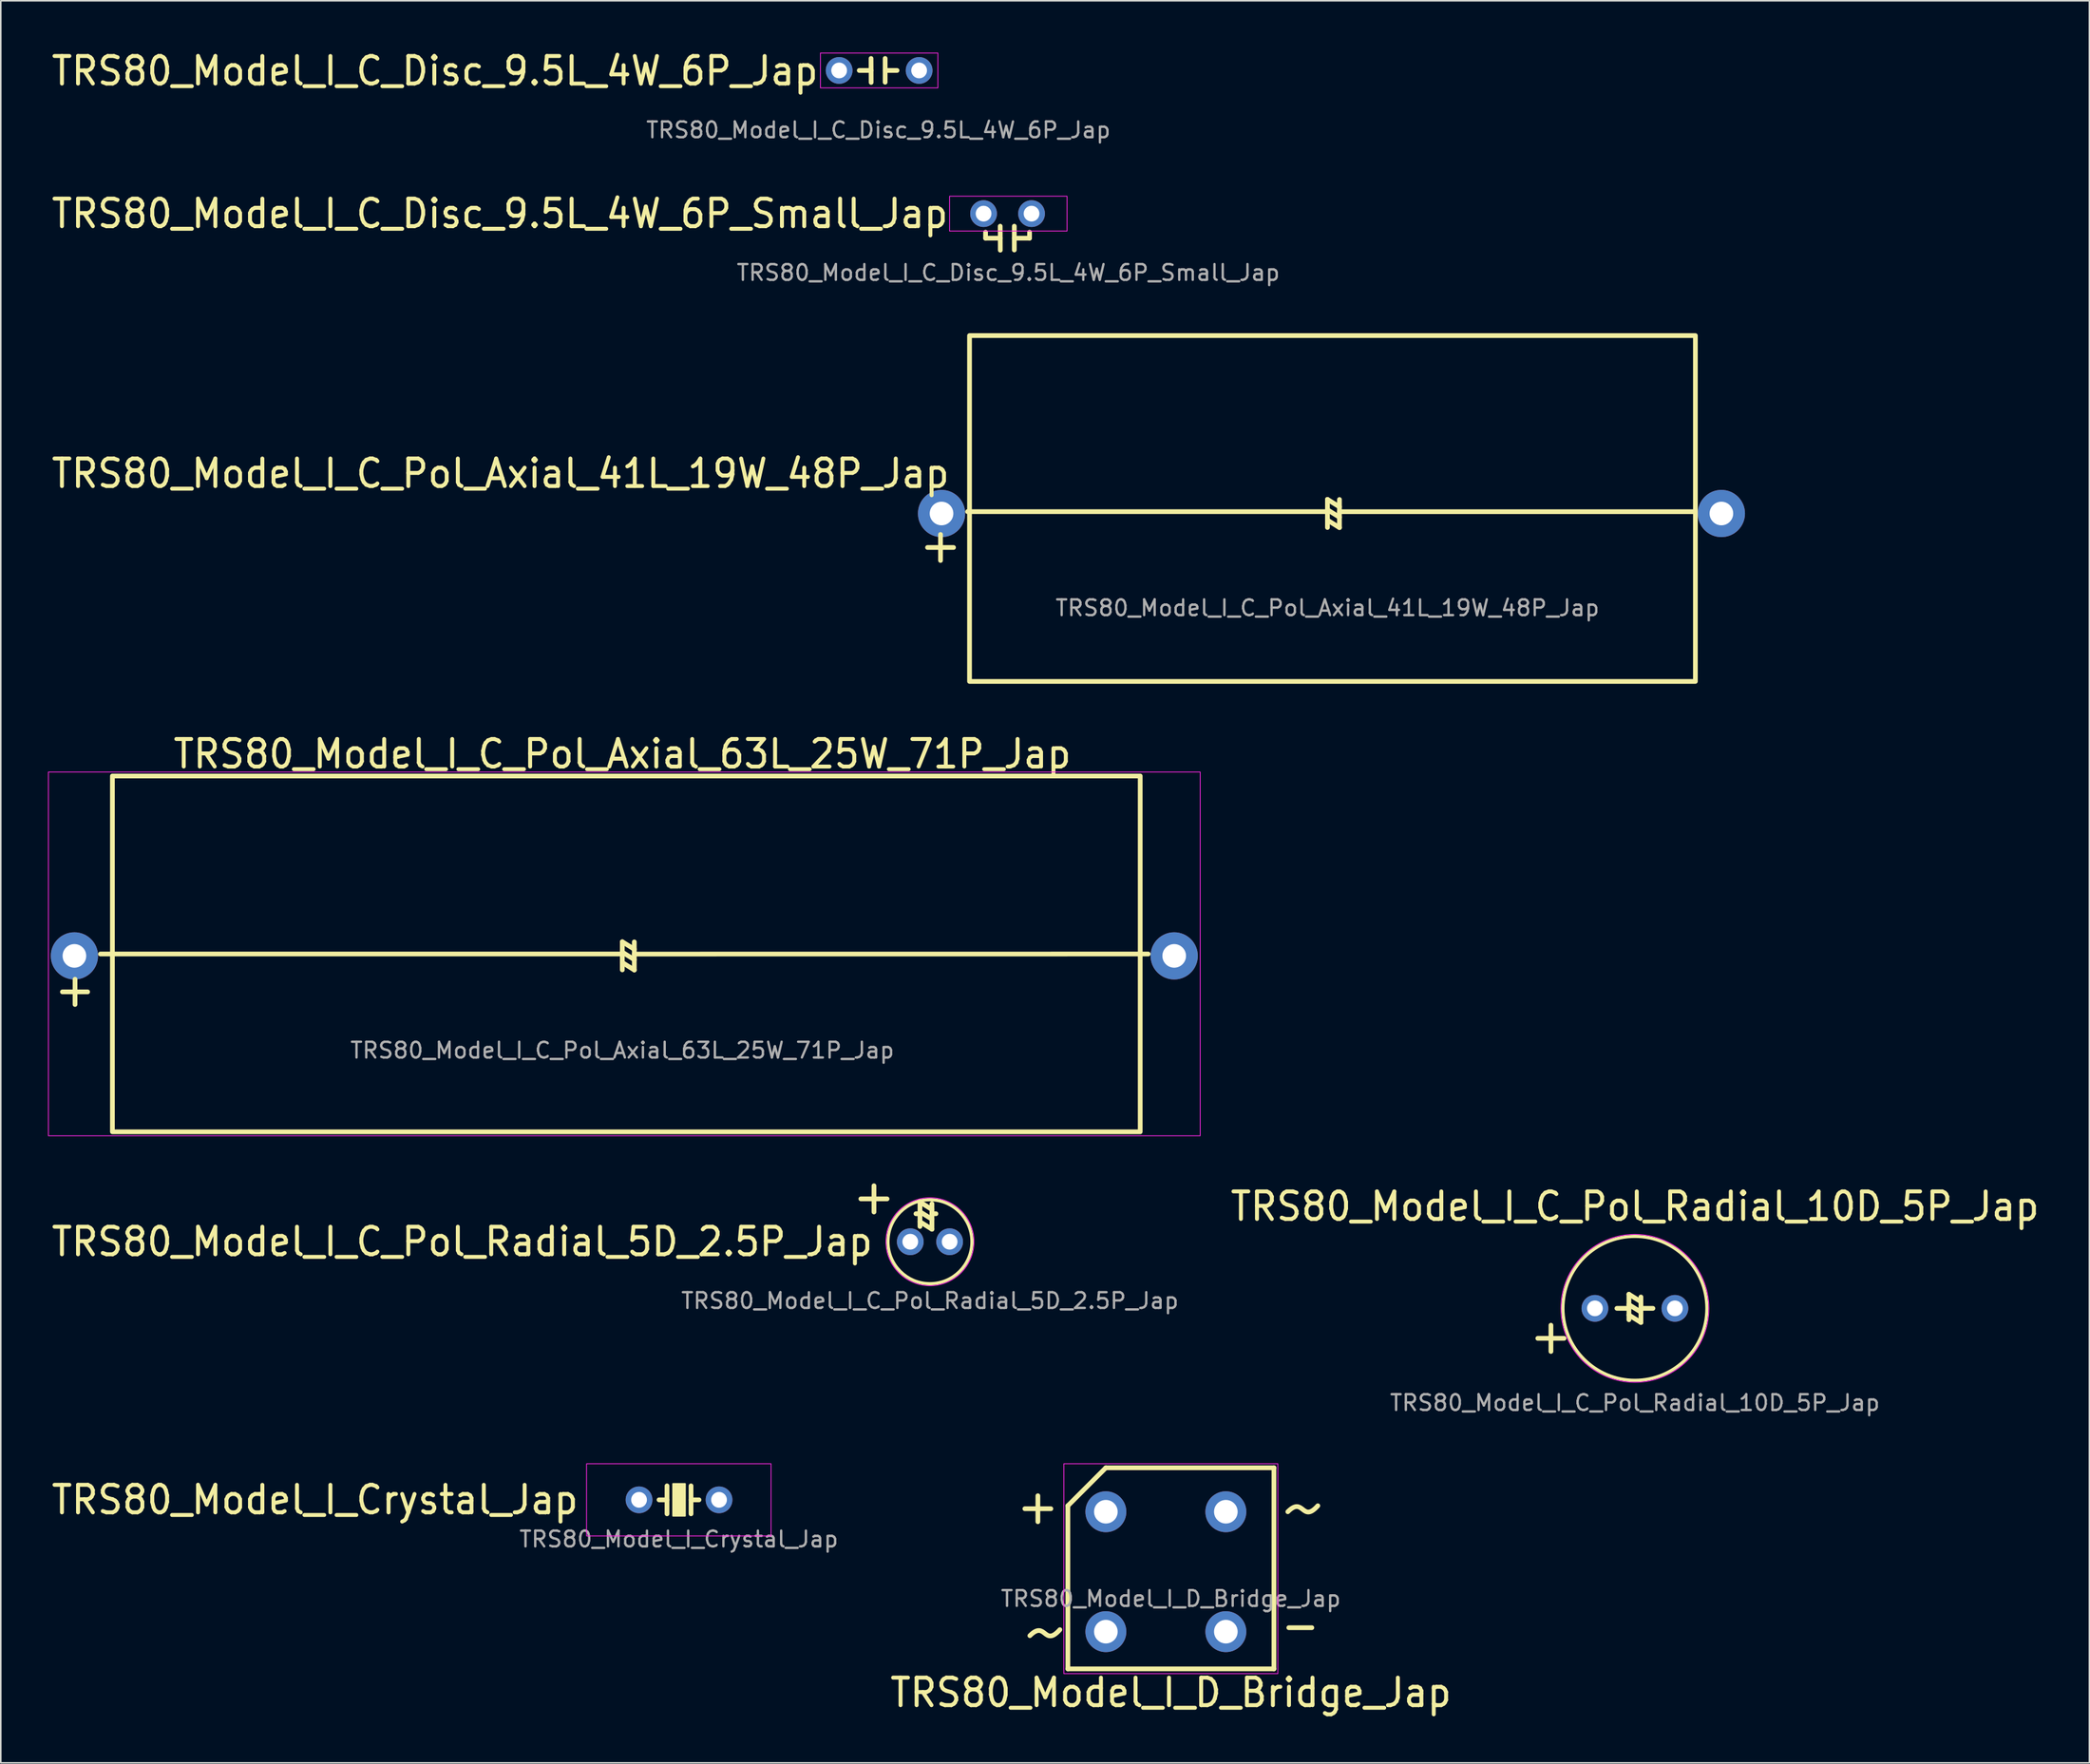
<source format=kicad_pcb>
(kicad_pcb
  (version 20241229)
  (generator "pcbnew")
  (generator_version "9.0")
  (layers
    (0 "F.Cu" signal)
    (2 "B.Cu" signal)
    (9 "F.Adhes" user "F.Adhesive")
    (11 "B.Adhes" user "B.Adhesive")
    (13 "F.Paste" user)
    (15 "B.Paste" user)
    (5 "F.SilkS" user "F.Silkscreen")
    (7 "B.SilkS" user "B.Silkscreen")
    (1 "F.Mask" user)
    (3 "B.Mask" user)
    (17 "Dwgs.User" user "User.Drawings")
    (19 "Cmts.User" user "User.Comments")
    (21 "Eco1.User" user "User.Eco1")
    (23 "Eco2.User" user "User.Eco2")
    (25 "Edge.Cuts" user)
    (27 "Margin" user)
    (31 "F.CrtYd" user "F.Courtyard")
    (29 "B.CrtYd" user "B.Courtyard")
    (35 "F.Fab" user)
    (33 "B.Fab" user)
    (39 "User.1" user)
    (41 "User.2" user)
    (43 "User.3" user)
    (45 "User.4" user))
  (footprint "TRS80_Model_I_C_Disc_9.5L_4W_6P_Jap"
    (layer "F.Cu")
    (at 52.739 1.462)
    (property "Reference" "TRS80_Model_I_C_Disc_9.5L_4W_6P_Jap" (at -3.683 0 0) (unlocked yes) (layer "F.SilkS") (effects (font (size 1.75 1.65) (thickness 0.25)) (justify right)))
    (attr through_hole)
    (fp_line (start -1.217 -0.036) (end -0.467 -0.036) (stroke (width 0.3) (type solid)) (layer "F.SilkS"))
    (fp_line (start -0.467 -0.798) (end -0.461 0.726) (stroke (width 0.3) (type solid)) (layer "F.SilkS"))
    (fp_line (start 0.428 -0.798) (end 0.428 0.714) (stroke (width 0.3) (type solid)) (layer "F.SilkS"))
    (fp_line (start 1.184 -0.036) (end 0.434 -0.036) (stroke (width 0.3) (type solid)) (layer "F.SilkS"))
    (fp_rect (start -3.683 -1.143) (end 3.777 1.071) (stroke (width 0.05) (type default)) (fill no) (layer "F.CrtYd"))
    (fp_text user "${REFERENCE}" (at 0 3.75 0) (unlocked yes) (layer "F.Fab") (effects (font (size 1 1) (thickness 0.15))))
    (pad "1" thru_hole circle (at -2.493 -0.036) (size 1.7 1.7) (drill 1) (layers "*.Cu" "*.Mask"))
    (pad "2" thru_hole circle (at 2.587 -0.036) (size 1.7 1.7) (drill 1) (layers "*.Cu" "*.Mask")))
  (footprint "TRS80_Model_I_Crystal_Jap"
    (layer "F.Cu")
    (at 40.063 92.242)
    (property "Reference" "TRS80_Model_I_Crystal_Jap" (at -6.25 0 0) (unlocked yes) (layer "F.SilkS") (effects (font (size 1.75 1.65) (thickness 0.25)) (justify right)))
    (attr through_hole)
    (fp_line (start -1.256 0) (end -0.749 0) (stroke (width 0.3) (type solid)) (layer "F.SilkS"))
    (fp_line (start -0.749 -0.889) (end -0.749 0.889) (stroke (width 0.3) (type solid)) (layer "F.SilkS"))
    (fp_line (start 0.775 -0.889) (end 0.775 0.889) (stroke (width 0.3) (type solid)) (layer "F.SilkS"))
    (fp_line (start 1.284 0) (end 0.775 0) (stroke (width 0.3) (type solid)) (layer "F.SilkS"))
    (fp_rect (start -0.367 -1.016) (end 0.395 1.016) (stroke (width 0.1) (type solid)) (fill yes) (layer "F.SilkS"))
    (fp_rect (start -5.859 -2.292) (end 5.859 2.292) (stroke (width 0.05) (type default)) (fill no) (layer "F.CrtYd"))
    (fp_text user "${REFERENCE}" (at 0 2.5 0) (unlocked yes) (layer "F.Fab") (effects (font (size 1 1) (thickness 0.15))))
    (pad "1" thru_hole circle (at -2.526 0) (size 1.7 1.7) (drill 1) (layers "*.Cu" "*.Mask"))
    (pad "2" thru_hole circle (at 2.554 0) (size 1.7 1.7) (drill 1) (layers "*.Cu" "*.Mask")))
  (footprint "TRS80_Model_I_D_Bridge_Jap"
    (layer "F.Cu")
    (at 71.313 96.617)
    (property "Reference" "TRS80_Model_I_D_Bridge_Jap" (at 0 7.874 0) (unlocked yes) (layer "F.SilkS") (effects (font (size 1.75 1.65) (thickness 0.25))))
    (attr through_hole)
    (fp_line (start -9.271 -3.81) (end -7.62 -3.81) (stroke (width 0.3) (type solid)) (layer "F.SilkS"))
    (fp_line (start -8.445 -4.636) (end -8.445 -2.985) (stroke (width 0.3) (type solid)) (layer "F.SilkS"))
    (fp_line (start -6.54 -4) (end -4.128 -6.413) (stroke (width 0.3) (type solid)) (layer "F.SilkS"))
    (fp_line (start -6.54 6.365) (end -6.54 -4) (stroke (width 0.3) (type solid)) (layer "F.SilkS"))
    (fp_line (start -4.128 -6.413) (end 6.548 -6.413) (stroke (width 0.3) (type solid)) (layer "F.SilkS"))
    (fp_line (start 6.548 -6.413) (end 6.548 6.365) (stroke (width 0.3) (type solid)) (layer "F.SilkS"))
    (fp_line (start 6.548 6.365) (end -6.54 6.365) (stroke (width 0.3) (type solid)) (layer "F.SilkS"))
    (fp_line (start 7.493 3.747) (end 8.954 3.747) (stroke (width 0.3) (type solid)) (layer "F.SilkS"))
    (fp_curve (pts (xy -8.954 4.255) (xy -7.938 3.239) (xy -8.065 5.016) (xy -7.048 3.873)) (stroke (width 0.3) (type solid)) (layer "F.SilkS"))
    (fp_curve (pts (xy 7.429 -3.619) (xy 8.445 -4.636) (xy 8.319 -2.857) (xy 9.335 -4)) (stroke (width 0.3) (type solid)) (layer "F.SilkS"))
    (fp_rect (start 6.795 -6.668) (end -6.795 6.668) (stroke (width 0.05) (type default)) (fill no) (layer "F.CrtYd"))
    (fp_text user "${REFERENCE}" (at 0 1.905 0) (unlocked yes) (layer "F.Fab") (effects (font (size 1 1) (thickness 0.15))))
    (pad "1" thru_hole circle (at -4.128 -3.619) (size 2.6 2.6) (drill 1.5) (layers "*.Cu" "*.Mask"))
    (pad "2" thru_hole circle (at 3.493 -3.619) (size 2.6 2.6) (drill 1.5) (layers "*.Cu" "*.Mask"))
    (pad "3" thru_hole circle (at -4.128 4) (size 2.6 2.6) (drill 1.5) (layers "*.Cu" "*.Mask"))
    (pad "4" thru_hole circle (at 3.493 4) (size 2.6 2.6) (drill 1.5) (layers "*.Cu" "*.Mask")))
  (footprint "TRS80_Model_I_C_Disc_9.5L_4W_6P_Small_Jap"
    (layer "F.Cu")
    (at 60.989 10.523)
    (property "Reference" "TRS80_Model_I_C_Disc_9.5L_4W_6P_Small_Jap" (at -3.683 0 0) (unlocked yes) (layer "F.SilkS") (effects (font (size 1.75 1.65) (thickness 0.25)) (justify right)))
    (attr through_hole)
    (fp_line (start -1.444 1.179) (end -1.444 1.56) (stroke (width 0.3) (type solid)) (layer "F.SilkS"))
    (fp_line (start -1.444 1.56) (end -0.514 1.56) (stroke (width 0.3) (type solid)) (layer "F.SilkS"))
    (fp_line (start -0.514 0.798) (end -0.508 2.322) (stroke (width 0.3) (type solid)) (layer "F.SilkS"))
    (fp_line (start 0.381 0.798) (end 0.381 2.31) (stroke (width 0.3) (type solid)) (layer "F.SilkS"))
    (fp_line (start 1.35 1.179) (end 1.35 1.56) (stroke (width 0.3) (type solid)) (layer "F.SilkS"))
    (fp_line (start 1.35 1.56) (end 0.387 1.56) (stroke (width 0.3) (type solid)) (layer "F.SilkS"))
    (fp_rect (start -3.73 -1.107) (end 3.73 1.107) (stroke (width 0.05) (type default)) (fill no) (layer "F.CrtYd"))
    (fp_text user "${REFERENCE}" (at 0 3.75 0) (unlocked yes) (layer "F.Fab") (effects (font (size 1 1) (thickness 0.15))))
    (pad "1" thru_hole circle (at -1.571 0) (size 1.7 1.7) (drill 1) (layers "*.Cu" "*.Mask"))
    (pad "2" thru_hole circle (at 1.477 0) (size 1.7 1.7) (drill 1) (layers "*.Cu" "*.Mask")))
  (footprint "TRS80_Model_I_C_Pol_Axial_63L_25W_71P_Jap"
    (layer "F.Cu")
    (at 36.474 57.682)
    (property "Reference" "TRS80_Model_I_C_Pol_Axial_63L_25W_71P_Jap" (at 0 -12.827 0) (unlocked yes) (layer "F.SilkS") (effects (font (size 1.75 1.65) (thickness 0.25))))
    (attr through_hole)
    (fp_line (start -35.56 2.286) (end -33.958 2.286) (stroke (width 0.3) (type solid)) (layer "F.SilkS"))
    (fp_line (start -34.759 3.087) (end -34.759 1.485) (stroke (width 0.3) (type solid)) (layer "F.SilkS"))
    (fp_line (start -33.147 -0.119) (end 0 -0.119) (stroke (width 0.3) (type solid)) (layer "F.SilkS"))
    (fp_line (start 0 -0.897) (end 0 0.889) (stroke (width 0.3) (type solid)) (layer "F.SilkS"))
    (fp_line (start 0 -0.897) (end 0.762 -0.421) (stroke (width 0.3) (type solid)) (layer "F.SilkS"))
    (fp_line (start 0 -0.238) (end 0.762 0.238) (stroke (width 0.3) (type solid)) (layer "F.SilkS"))
    (fp_line (start 0 0.421) (end 0.762 0.897) (stroke (width 0.3) (type solid)) (layer "F.SilkS"))
    (fp_line (start 0.762 -0.889) (end 0.762 0.897) (stroke (width 0.3) (type solid)) (layer "F.SilkS"))
    (fp_line (start 0.762 -0.115) (end 33.401 -0.119) (stroke (width 0.3) (type solid)) (layer "F.SilkS"))
    (fp_rect (start -32.385 -11.43) (end 32.893 11.176) (stroke (width 0.3) (type solid)) (fill no) (layer "F.SilkS"))
    (fp_rect (start -36.449 -11.684) (end 36.703 11.43) (stroke (width 0.05) (type default)) (fill no) (layer "F.CrtYd"))
    (fp_text user "${REFERENCE}" (at 0 6 0) (unlocked yes) (layer "F.Fab") (effects (font (size 1 1) (thickness 0.15))))
    (pad "1" thru_hole circle (at -34.798 0) (size 3 3) (drill 1.5) (layers "*.Cu" "*.Mask"))
    (pad "2" thru_hole circle (at 35.052 0) (size 3 3) (drill 1.5) (layers "*.Cu" "*.Mask")))
  (footprint "TRS80_Model_I_C_Pol_Radial_10D_5P_Jap"
    (layer "F.Cu")
    (at 100.787 80.076)
    (property "Reference" "TRS80_Model_I_C_Pol_Radial_10D_5P_Jap" (at 0 -6.477 0) (unlocked yes) (layer "F.SilkS") (effects (font (size 1.75 1.65) (thickness 0.25))))
    (attr through_hole)
    (fp_line (start -6.168 1.905) (end -4.5 1.905) (stroke (width 0.3) (type solid)) (layer "F.SilkS"))
    (fp_line (start -5.334 1.071) (end -5.334 2.739) (stroke (width 0.3) (type solid)) (layer "F.SilkS"))
    (fp_line (start -1.143 0) (end -0.381 0) (stroke (width 0.3) (type solid)) (layer "F.SilkS"))
    (fp_line (start -0.381 -0.897) (end -0.381 0.722) (stroke (width 0.3) (type solid)) (layer "F.SilkS"))
    (fp_line (start -0.381 -0.897) (end 0.381 -0.421) (stroke (width 0.3) (type solid)) (layer "F.SilkS"))
    (fp_line (start -0.381 -0.238) (end 0.381 0.238) (stroke (width 0.3) (type solid)) (layer "F.SilkS"))
    (fp_line (start -0.381 0.421) (end 0.381 0.897) (stroke (width 0.3) (type solid)) (layer "F.SilkS"))
    (fp_line (start 0.381 -0.722) (end 0.381 0.897) (stroke (width 0.3) (type solid)) (layer "F.SilkS"))
    (fp_line (start 0.381 0) (end 1.143 0) (stroke (width 0.3) (type solid)) (layer "F.SilkS"))
    (fp_circle (center 0 0) (end 4.572 0) (stroke (width 0.2) (type solid)) (fill no) (layer "F.SilkS"))
    (fp_circle (center 0 0) (end 4.699 0) (stroke (width 0.05) (type solid)) (fill no) (layer "F.CrtYd"))
    (fp_text user "${REFERENCE}" (at 0 6 0) (unlocked yes) (layer "F.Fab") (effects (font (size 1 1) (thickness 0.15))))
    (pad "1" thru_hole circle (at -2.54 0) (size 1.7 1.7) (drill 1) (layers "*.Cu" "*.Mask"))
    (pad "2" thru_hole circle (at 2.54 0) (size 1.7 1.7) (drill 1) (layers "*.Cu" "*.Mask")))
  (footprint "TRS80_Model_I_C_Pol_Radial_5D_2.5P_Jap"
    (layer "F.Cu")
    (at 56.013 75.843)
    (property "Reference" "TRS80_Model_I_C_Pol_Radial_5D_2.5P_Jap" (at -3.5 0 0) (unlocked yes) (layer "F.SilkS") (effects (font (size 1.75 1.65) (thickness 0.25)) (justify right)))
    (attr through_hole)
    (fp_line (start -4.389 -2.723) (end -2.723 -2.723) (stroke (width 0.3) (type solid)) (layer "F.SilkS"))
    (fp_line (start -3.556 -3.556) (end -3.556 -1.889) (stroke (width 0.3) (type solid)) (layer "F.SilkS"))
    (fp_line (start -0.889 -1.778) (end -0.635 -1.778) (stroke (width 0.3) (type solid)) (layer "F.SilkS"))
    (fp_line (start -0.635 -2.588) (end -0.635 -0.968) (stroke (width 0.3) (type solid)) (layer "F.SilkS"))
    (fp_line (start -0.635 -2.524) (end 0.127 -2.048) (stroke (width 0.3) (type solid)) (layer "F.SilkS"))
    (fp_line (start -0.635 -1.905) (end 0.127 -1.429) (stroke (width 0.3) (type solid)) (layer "F.SilkS"))
    (fp_line (start -0.635 -1.27) (end 0.127 -0.794) (stroke (width 0.3) (type solid)) (layer "F.SilkS"))
    (fp_line (start 0.127 -2.413) (end 0.127 -0.794) (stroke (width 0.3) (type solid)) (layer "F.SilkS"))
    (fp_line (start 0.127 -1.778) (end 0.381 -1.778) (stroke (width 0.3) (type solid)) (layer "F.SilkS"))
    (fp_circle (center 0 0) (end 2.667 0) (stroke (width 0.2) (type solid)) (fill no) (layer "F.SilkS"))
    (fp_circle (center 0 0) (end 2.794 0) (stroke (width 0.05) (type solid)) (fill no) (layer "F.CrtYd"))
    (fp_text user "${REFERENCE}" (at 0 3.75 0) (unlocked yes) (layer "F.Fab") (effects (font (size 1 1) (thickness 0.15))))
    (pad "1" thru_hole circle (at -1.25 0) (size 1.7 1.7) (drill 1) (layers "*.Cu" "*.Mask"))
    (pad "2" thru_hole circle (at 1.25 0) (size 1.7 1.7) (drill 1) (layers "*.Cu" "*.Mask")))
  (footprint "TRS80_Model_I_C_Pol_Axial_41L_19W_48P_Jap"
    (layer "F.Cu")
    (at 81.26 29.575)
    (property "Reference" "TRS80_Model_I_C_Pol_Axial_41L_19W_48P_Jap" (at -23.876 -2.54 0) (unlocked yes) (layer "F.SilkS") (effects (font (size 1.75 1.65) (thickness 0.25)) (justify right)))
    (attr through_hole)
    (fp_line (start -25.4 2.159) (end -23.749 2.159) (stroke (width 0.3) (type solid)) (layer "F.SilkS"))
    (fp_line (start -24.575 2.985) (end -24.575 1.333) (stroke (width 0.3) (type solid)) (layer "F.SilkS"))
    (fp_line (start -22.86 -0.119) (end 0 -0.119) (stroke (width 0.3) (type solid)) (layer "F.SilkS"))
    (fp_line (start 0 -0.897) (end 0 0.889) (stroke (width 0.3) (type solid)) (layer "F.SilkS"))
    (fp_line (start 0 -0.897) (end 0.762 -0.421) (stroke (width 0.3) (type solid)) (layer "F.SilkS"))
    (fp_line (start 0 -0.238) (end 0.762 0.238) (stroke (width 0.3) (type solid)) (layer "F.SilkS"))
    (fp_line (start 0 0.421) (end 0.762 0.897) (stroke (width 0.3) (type solid)) (layer "F.SilkS"))
    (fp_line (start 0.762 -0.889) (end 0.762 0.897) (stroke (width 0.3) (type solid)) (layer "F.SilkS"))
    (fp_line (start 0.762 -0.115) (end 23.241 -0.115) (stroke (width 0.3) (type solid)) (layer "F.SilkS"))
    (fp_rect (start -22.733 -11.303) (end 23.368 10.668) (stroke (width 0.3) (type solid)) (fill no) (layer "F.SilkS"))
    (fp_text user "${REFERENCE}" (at 0 6 0) (unlocked yes) (layer "F.Fab") (effects (font (size 1 1) (thickness 0.15))))
    (pad "1" thru_hole circle (at -24.511 0) (size 3 3) (drill 1.5) (layers "*.Cu" "*.Mask"))
    (pad "2" thru_hole circle (at 25.019 0) (size 3 3) (drill 1.5) (layers "*.Cu" "*.Mask")))
  (gr_rect
    (start -3 -3)
    (end 129.651 108.954)
    (stroke (width 0.1) (type default))
    (fill no)
    (layer "Edge.Cuts")))
</source>
